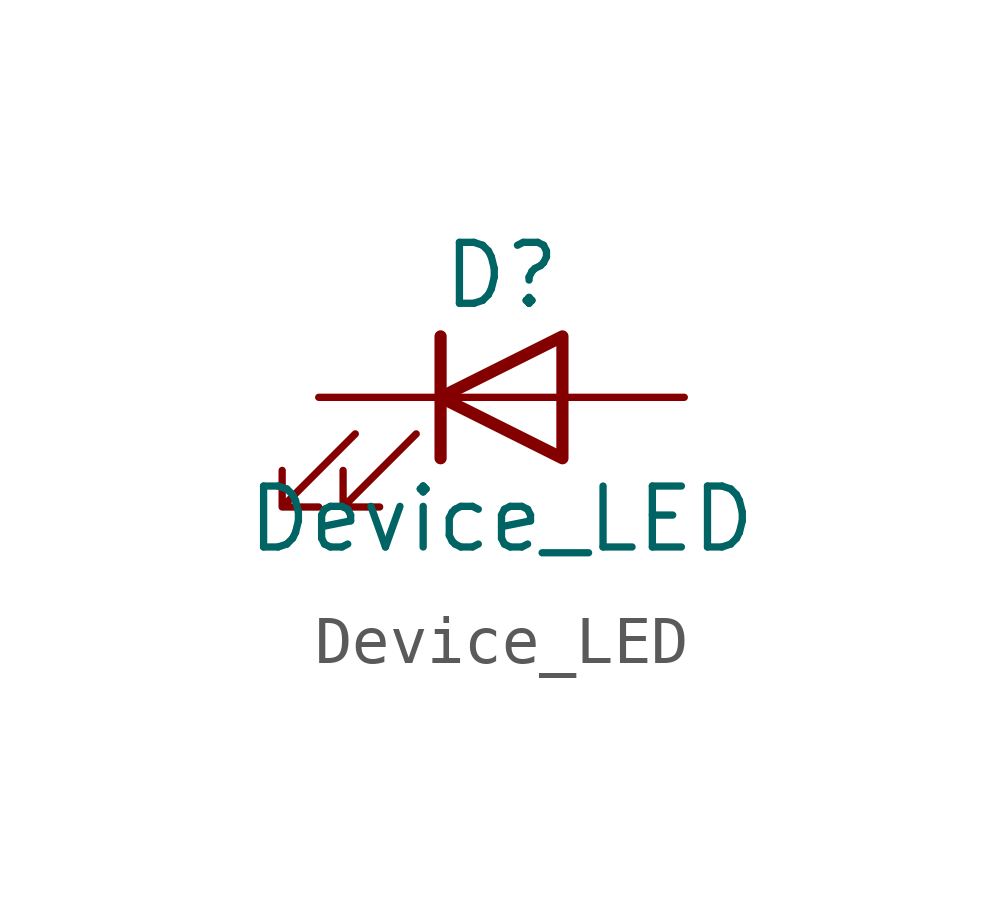
<source format=kicad_sym>
(kicad_symbol_lib
  (version 20211014)
  (generator kicad_symbol_editor)
  (symbol "Device_LED"
    (pin_numbers hide)
    (pin_names
      (offset 1.016) hide)
    (property "Reference" "D"
      (at 0 2.54 0)
      (effects (font (size 1.27 1.27))))
    (property "Value" "Device_LED"
      (at 0 -2.54 0)
      (effects (font (size 1.27 1.27))))
    (symbol "Device_LED_0_1"
      (polyline (pts (xy -1.27 -1.27) (xy -1.27 1.27)) (stroke (width 0.254) (type default) (color 0 0 0 0)) (fill (type none)))
      (polyline (pts (xy -1.27 0) (xy 1.27 0)) (stroke (width 0) (type default) (color 0 0 0 0)) (fill (type none)))
      (polyline (pts (xy 1.27 -1.27) (xy 1.27 1.27) (xy -1.27 0) (xy 1.27 -1.27)) (stroke (width 0.254) (type default) (color 0 0 0 0)) (fill (type none)))
      (polyline (pts (xy -3.048 -0.762) (xy -4.572 -2.286) (xy -3.81 -2.286) (xy -4.572 -2.286) (xy -4.572 -1.524)) (stroke (width 0) (type default) (color 0 0 0 0)) (fill (type none)))
      (polyline (pts (xy -1.778 -0.762) (xy -3.302 -2.286) (xy -2.54 -2.286) (xy -3.302 -2.286) (xy -3.302 -1.524)) (stroke (width 0) (type default) (color 0 0 0 0)) (fill (type none))))
    (symbol "Device_LED_1_1"
      (pin passive line (at -3.81 0 0) (length 2.54) (name "K" (effects (font (size 1.27 1.27)))) (number "1" (effects (font (size 1.27 1.27)))))
      (pin passive line (at 3.81 0 180) (length 2.54) (name "A" (effects (font (size 1.27 1.27)))) (number "2" (effects (font (size 1.27 1.27))))))))
</source>
